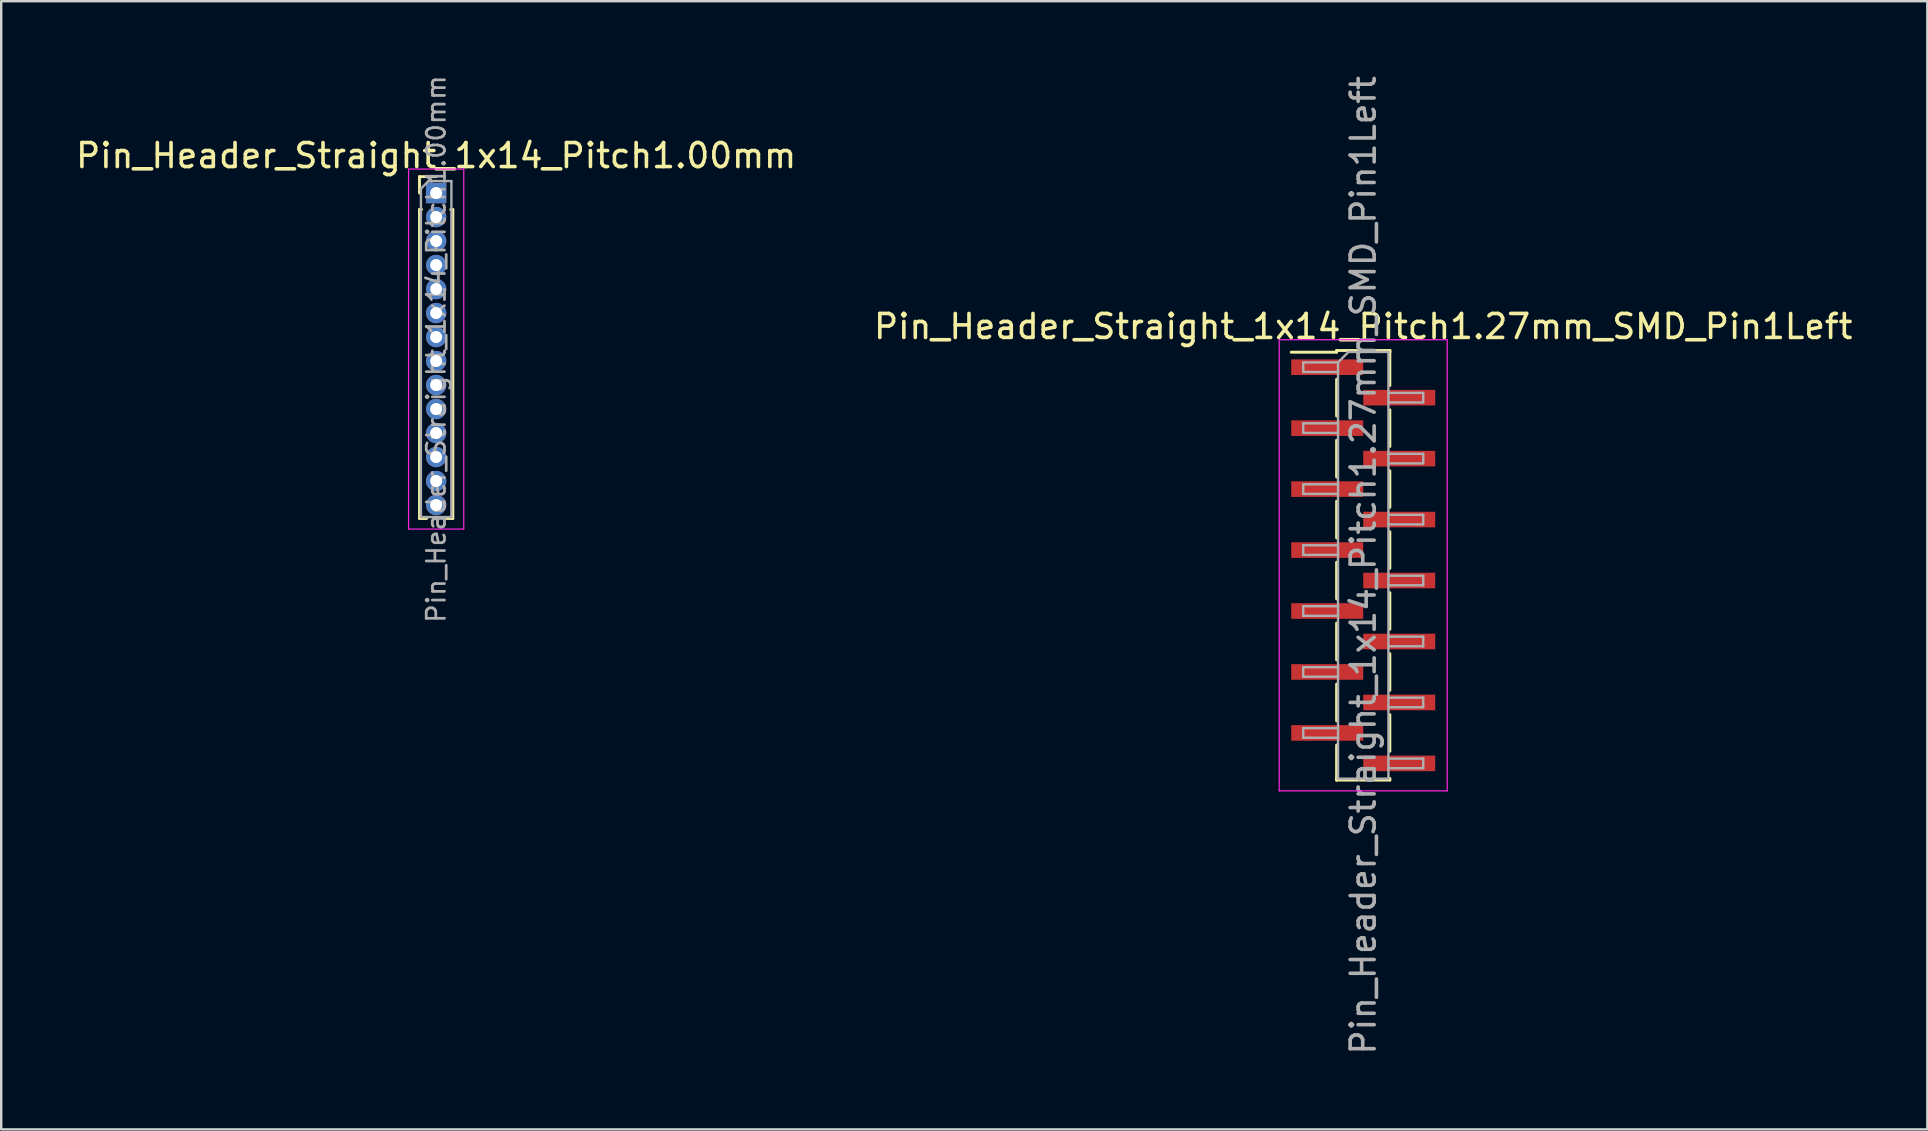
<source format=kicad_pcb>
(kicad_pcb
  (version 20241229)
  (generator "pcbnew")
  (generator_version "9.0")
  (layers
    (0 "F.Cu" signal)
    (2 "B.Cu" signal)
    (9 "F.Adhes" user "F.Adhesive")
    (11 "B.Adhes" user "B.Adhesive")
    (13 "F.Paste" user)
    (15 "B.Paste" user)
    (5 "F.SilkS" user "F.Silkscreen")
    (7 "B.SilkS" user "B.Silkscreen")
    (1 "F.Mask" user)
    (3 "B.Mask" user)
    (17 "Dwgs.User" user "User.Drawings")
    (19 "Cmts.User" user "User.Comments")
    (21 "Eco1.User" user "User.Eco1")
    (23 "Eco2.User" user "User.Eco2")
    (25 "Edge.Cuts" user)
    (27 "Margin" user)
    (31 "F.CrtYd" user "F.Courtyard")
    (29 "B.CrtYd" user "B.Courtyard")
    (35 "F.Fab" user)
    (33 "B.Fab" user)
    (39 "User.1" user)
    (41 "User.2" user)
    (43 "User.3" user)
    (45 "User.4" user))
  (footprint "Pin_Header_Straight_1x14_Pitch1.27mm_SMD_Pin1Left"
    (layer "F.Cu")
    (at 53.756 20.506)
    (property "Reference" "Pin_Header_Straight_1x14_Pitch1.27mm_SMD_Pin1Left" (at 0 -9.95 0) (layer "F.SilkS") (effects (font (size 1 1) (thickness 0.15))))
    (attr smd)
    (fp_line (start -1.11 -8.95) (end 1.11 -8.95) (stroke (width 0.12) (type solid)) (layer "F.SilkS"))
    (fp_line (start -1.11 -8.88) (end -3 -8.88) (stroke (width 0.12) (type solid)) (layer "F.SilkS"))
    (fp_line (start -1.11 -8.88) (end -1.11 -8.95) (stroke (width 0.12) (type solid)) (layer "F.SilkS"))
    (fp_line (start -1.11 -7.75) (end -1.11 -6.22) (stroke (width 0.12) (type solid)) (layer "F.SilkS"))
    (fp_line (start -1.11 -5.21) (end -1.11 -3.68) (stroke (width 0.12) (type solid)) (layer "F.SilkS"))
    (fp_line (start -1.11 -2.67) (end -1.11 -1.14) (stroke (width 0.12) (type solid)) (layer "F.SilkS"))
    (fp_line (start -1.11 -0.13) (end -1.11 1.4) (stroke (width 0.12) (type solid)) (layer "F.SilkS"))
    (fp_line (start -1.11 2.41) (end -1.11 3.94) (stroke (width 0.12) (type solid)) (layer "F.SilkS"))
    (fp_line (start -1.11 4.95) (end -1.11 6.48) (stroke (width 0.12) (type solid)) (layer "F.SilkS"))
    (fp_line (start -1.11 7.49) (end -1.11 8.95) (stroke (width 0.12) (type solid)) (layer "F.SilkS"))
    (fp_line (start -1.11 8.88) (end -1.11 8.95) (stroke (width 0.12) (type solid)) (layer "F.SilkS"))
    (fp_line (start -1.11 8.95) (end 1.11 8.95) (stroke (width 0.12) (type solid)) (layer "F.SilkS"))
    (fp_line (start 1.11 -8.95) (end 1.11 -8.88) (stroke (width 0.12) (type solid)) (layer "F.SilkS"))
    (fp_line (start 1.11 -8.95) (end 1.11 -7.49) (stroke (width 0.12) (type solid)) (layer "F.SilkS"))
    (fp_line (start 1.11 -6.48) (end 1.11 -4.95) (stroke (width 0.12) (type solid)) (layer "F.SilkS"))
    (fp_line (start 1.11 -3.94) (end 1.11 -2.41) (stroke (width 0.12) (type solid)) (layer "F.SilkS"))
    (fp_line (start 1.11 -1.4) (end 1.11 0.13) (stroke (width 0.12) (type solid)) (layer "F.SilkS"))
    (fp_line (start 1.11 1.14) (end 1.11 2.67) (stroke (width 0.12) (type solid)) (layer "F.SilkS"))
    (fp_line (start 1.11 3.68) (end 1.11 5.21) (stroke (width 0.12) (type solid)) (layer "F.SilkS"))
    (fp_line (start 1.11 6.22) (end 1.11 7.75) (stroke (width 0.12) (type solid)) (layer "F.SilkS"))
    (fp_line (start 1.11 8.95) (end 1.11 8.88) (stroke (width 0.12) (type solid)) (layer "F.SilkS"))
    (fp_line (start -3.5 -9.4) (end -3.5 9.4) (stroke (width 0.05) (type solid)) (layer "F.CrtYd"))
    (fp_line (start -3.5 9.4) (end 3.5 9.4) (stroke (width 0.05) (type solid)) (layer "F.CrtYd"))
    (fp_line (start 3.5 -9.4) (end -3.5 -9.4) (stroke (width 0.05) (type solid)) (layer "F.CrtYd"))
    (fp_line (start 3.5 9.4) (end 3.5 -9.4) (stroke (width 0.05) (type solid)) (layer "F.CrtYd"))
    (fp_line (start -2.5 -8.455) (end -2.5 -8.055) (stroke (width 0.1) (type solid)) (layer "F.Fab"))
    (fp_line (start -2.5 -8.055) (end -1.05 -8.055) (stroke (width 0.1) (type solid)) (layer "F.Fab"))
    (fp_line (start -2.5 -5.915) (end -2.5 -5.515) (stroke (width 0.1) (type solid)) (layer "F.Fab"))
    (fp_line (start -2.5 -5.515) (end -1.05 -5.515) (stroke (width 0.1) (type solid)) (layer "F.Fab"))
    (fp_line (start -2.5 -3.375) (end -2.5 -2.975) (stroke (width 0.1) (type solid)) (layer "F.Fab"))
    (fp_line (start -2.5 -2.975) (end -1.05 -2.975) (stroke (width 0.1) (type solid)) (layer "F.Fab"))
    (fp_line (start -2.5 -0.835) (end -2.5 -0.435) (stroke (width 0.1) (type solid)) (layer "F.Fab"))
    (fp_line (start -2.5 -0.435) (end -1.05 -0.435) (stroke (width 0.1) (type solid)) (layer "F.Fab"))
    (fp_line (start -2.5 1.705) (end -2.5 2.105) (stroke (width 0.1) (type solid)) (layer "F.Fab"))
    (fp_line (start -2.5 2.105) (end -1.05 2.105) (stroke (width 0.1) (type solid)) (layer "F.Fab"))
    (fp_line (start -2.5 4.245) (end -2.5 4.645) (stroke (width 0.1) (type solid)) (layer "F.Fab"))
    (fp_line (start -2.5 4.645) (end -1.05 4.645) (stroke (width 0.1) (type solid)) (layer "F.Fab"))
    (fp_line (start -2.5 6.785) (end -2.5 7.185) (stroke (width 0.1) (type solid)) (layer "F.Fab"))
    (fp_line (start -2.5 7.185) (end -1.05 7.185) (stroke (width 0.1) (type solid)) (layer "F.Fab"))
    (fp_line (start -1.05 -8.455) (end -2.5 -8.455) (stroke (width 0.1) (type solid)) (layer "F.Fab"))
    (fp_line (start -1.05 -8.455) (end -0.615 -8.89) (stroke (width 0.1) (type solid)) (layer "F.Fab"))
    (fp_line (start -1.05 -5.915) (end -2.5 -5.915) (stroke (width 0.1) (type solid)) (layer "F.Fab"))
    (fp_line (start -1.05 -3.375) (end -2.5 -3.375) (stroke (width 0.1) (type solid)) (layer "F.Fab"))
    (fp_line (start -1.05 -0.835) (end -2.5 -0.835) (stroke (width 0.1) (type solid)) (layer "F.Fab"))
    (fp_line (start -1.05 1.705) (end -2.5 1.705) (stroke (width 0.1) (type solid)) (layer "F.Fab"))
    (fp_line (start -1.05 4.245) (end -2.5 4.245) (stroke (width 0.1) (type solid)) (layer "F.Fab"))
    (fp_line (start -1.05 6.785) (end -2.5 6.785) (stroke (width 0.1) (type solid)) (layer "F.Fab"))
    (fp_line (start -1.05 8.89) (end -1.05 -8.455) (stroke (width 0.1) (type solid)) (layer "F.Fab"))
    (fp_line (start -0.615 -8.89) (end 1.05 -8.89) (stroke (width 0.1) (type solid)) (layer "F.Fab"))
    (fp_line (start 1.05 -8.89) (end 1.05 8.89) (stroke (width 0.1) (type solid)) (layer "F.Fab"))
    (fp_line (start 1.05 -7.185) (end 2.5 -7.185) (stroke (width 0.1) (type solid)) (layer "F.Fab"))
    (fp_line (start 1.05 -4.645) (end 2.5 -4.645) (stroke (width 0.1) (type solid)) (layer "F.Fab"))
    (fp_line (start 1.05 -2.105) (end 2.5 -2.105) (stroke (width 0.1) (type solid)) (layer "F.Fab"))
    (fp_line (start 1.05 0.435) (end 2.5 0.435) (stroke (width 0.1) (type solid)) (layer "F.Fab"))
    (fp_line (start 1.05 2.975) (end 2.5 2.975) (stroke (width 0.1) (type solid)) (layer "F.Fab"))
    (fp_line (start 1.05 5.515) (end 2.5 5.515) (stroke (width 0.1) (type solid)) (layer "F.Fab"))
    (fp_line (start 1.05 8.055) (end 2.5 8.055) (stroke (width 0.1) (type solid)) (layer "F.Fab"))
    (fp_line (start 1.05 8.89) (end -1.05 8.89) (stroke (width 0.1) (type solid)) (layer "F.Fab"))
    (fp_line (start 2.5 -7.185) (end 2.5 -6.785) (stroke (width 0.1) (type solid)) (layer "F.Fab"))
    (fp_line (start 2.5 -6.785) (end 1.05 -6.785) (stroke (width 0.1) (type solid)) (layer "F.Fab"))
    (fp_line (start 2.5 -4.645) (end 2.5 -4.245) (stroke (width 0.1) (type solid)) (layer "F.Fab"))
    (fp_line (start 2.5 -4.245) (end 1.05 -4.245) (stroke (width 0.1) (type solid)) (layer "F.Fab"))
    (fp_line (start 2.5 -2.105) (end 2.5 -1.705) (stroke (width 0.1) (type solid)) (layer "F.Fab"))
    (fp_line (start 2.5 -1.705) (end 1.05 -1.705) (stroke (width 0.1) (type solid)) (layer "F.Fab"))
    (fp_line (start 2.5 0.435) (end 2.5 0.835) (stroke (width 0.1) (type solid)) (layer "F.Fab"))
    (fp_line (start 2.5 0.835) (end 1.05 0.835) (stroke (width 0.1) (type solid)) (layer "F.Fab"))
    (fp_line (start 2.5 2.975) (end 2.5 3.375) (stroke (width 0.1) (type solid)) (layer "F.Fab"))
    (fp_line (start 2.5 3.375) (end 1.05 3.375) (stroke (width 0.1) (type solid)) (layer "F.Fab"))
    (fp_line (start 2.5 5.515) (end 2.5 5.915) (stroke (width 0.1) (type solid)) (layer "F.Fab"))
    (fp_line (start 2.5 5.915) (end 1.05 5.915) (stroke (width 0.1) (type solid)) (layer "F.Fab"))
    (fp_line (start 2.5 8.055) (end 2.5 8.455) (stroke (width 0.1) (type solid)) (layer "F.Fab"))
    (fp_line (start 2.5 8.455) (end 1.05 8.455) (stroke (width 0.1) (type solid)) (layer "F.Fab"))
    (fp_text user "${REFERENCE}" (at 0 0 90) (layer "F.Fab") (effects (font (size 1 1) (thickness 0.15))))
    (pad "1" smd rect (at -1.5 -8.255) (size 3 0.65) (layers "F.Cu" "F.Mask" "F.Paste"))
    (pad "2" smd rect (at 1.5 -6.985) (size 3 0.65) (layers "F.Cu" "F.Mask" "F.Paste"))
    (pad "3" smd rect (at -1.5 -5.715) (size 3 0.65) (layers "F.Cu" "F.Mask" "F.Paste"))
    (pad "4" smd rect (at 1.5 -4.445) (size 3 0.65) (layers "F.Cu" "F.Mask" "F.Paste"))
    (pad "5" smd rect (at -1.5 -3.175) (size 3 0.65) (layers "F.Cu" "F.Mask" "F.Paste"))
    (pad "6" smd rect (at 1.5 -1.905) (size 3 0.65) (layers "F.Cu" "F.Mask" "F.Paste"))
    (pad "7" smd rect (at -1.5 -0.635) (size 3 0.65) (layers "F.Cu" "F.Mask" "F.Paste"))
    (pad "8" smd rect (at 1.5 0.635) (size 3 0.65) (layers "F.Cu" "F.Mask" "F.Paste"))
    (pad "9" smd rect (at -1.5 1.905) (size 3 0.65) (layers "F.Cu" "F.Mask" "F.Paste"))
    (pad "10" smd rect (at 1.5 3.175) (size 3 0.65) (layers "F.Cu" "F.Mask" "F.Paste"))
    (pad "11" smd rect (at -1.5 4.445) (size 3 0.65) (layers "F.Cu" "F.Mask" "F.Paste"))
    (pad "12" smd rect (at 1.5 5.715) (size 3 0.65) (layers "F.Cu" "F.Mask" "F.Paste"))
    (pad "13" smd rect (at -1.5 6.985) (size 3 0.65) (layers "F.Cu" "F.Mask" "F.Paste"))
    (pad "14" smd rect (at 1.5 8.255) (size 3 0.65) (layers "F.Cu" "F.Mask" "F.Paste")))
  (footprint "Pin_Header_Straight_1x14_Pitch1.00mm"
    (layer "F.Cu")
    (at 15.125 4.995)
    (property "Reference" "Pin_Header_Straight_1x14_Pitch1.00mm" (at 0 -1.56 0) (layer "F.SilkS") (effects (font (size 1 1) (thickness 0.15))))
    (attr through_hole)
    (fp_line (start -0.695 -0.685) (end 0 -0.685) (stroke (width 0.12) (type solid)) (layer "F.SilkS"))
    (fp_line (start -0.695 0) (end -0.695 -0.685) (stroke (width 0.12) (type solid)) (layer "F.SilkS"))
    (fp_line (start -0.695 0.685) (end -0.695 13.56) (stroke (width 0.12) (type solid)) (layer "F.SilkS"))
    (fp_line (start -0.695 0.685) (end -0.608 0.685) (stroke (width 0.12) (type solid)) (layer "F.SilkS"))
    (fp_line (start -0.695 13.56) (end -0.394 13.56) (stroke (width 0.12) (type solid)) (layer "F.SilkS"))
    (fp_line (start 0.394 13.56) (end 0.695 13.56) (stroke (width 0.12) (type solid)) (layer "F.SilkS"))
    (fp_line (start 0.608 0.685) (end 0.695 0.685) (stroke (width 0.12) (type solid)) (layer "F.SilkS"))
    (fp_line (start 0.695 0.685) (end 0.695 13.56) (stroke (width 0.12) (type solid)) (layer "F.SilkS"))
    (fp_line (start -1.15 -1) (end -1.15 14) (stroke (width 0.05) (type solid)) (layer "F.CrtYd"))
    (fp_line (start -1.15 14) (end 1.15 14) (stroke (width 0.05) (type solid)) (layer "F.CrtYd"))
    (fp_line (start 1.15 -1) (end -1.15 -1) (stroke (width 0.05) (type solid)) (layer "F.CrtYd"))
    (fp_line (start 1.15 14) (end 1.15 -1) (stroke (width 0.05) (type solid)) (layer "F.CrtYd"))
    (fp_line (start -0.635 -0.182) (end -0.318 -0.5) (stroke (width 0.1) (type solid)) (layer "F.Fab"))
    (fp_line (start -0.635 13.5) (end -0.635 -0.182) (stroke (width 0.1) (type solid)) (layer "F.Fab"))
    (fp_line (start -0.318 -0.5) (end 0.635 -0.5) (stroke (width 0.1) (type solid)) (layer "F.Fab"))
    (fp_line (start 0.635 -0.5) (end 0.635 13.5) (stroke (width 0.1) (type solid)) (layer "F.Fab"))
    (fp_line (start 0.635 13.5) (end -0.635 13.5) (stroke (width 0.1) (type solid)) (layer "F.Fab"))
    (fp_text user "${REFERENCE}" (at 0 6.5 90) (layer "F.Fab") (effects (font (size 0.76 0.76) (thickness 0.114))))
    (pad "1" thru_hole rect (at 0 0) (size 0.85 0.85) (drill 0.5) (layers "*.Cu" "*.Mask"))
    (pad "2" thru_hole oval (at 0 1) (size 0.85 0.85) (drill 0.5) (layers "*.Cu" "*.Mask"))
    (pad "3" thru_hole oval (at 0 2) (size 0.85 0.85) (drill 0.5) (layers "*.Cu" "*.Mask"))
    (pad "4" thru_hole oval (at 0 3) (size 0.85 0.85) (drill 0.5) (layers "*.Cu" "*.Mask"))
    (pad "5" thru_hole oval (at 0 4) (size 0.85 0.85) (drill 0.5) (layers "*.Cu" "*.Mask"))
    (pad "6" thru_hole oval (at 0 5) (size 0.85 0.85) (drill 0.5) (layers "*.Cu" "*.Mask"))
    (pad "7" thru_hole oval (at 0 6) (size 0.85 0.85) (drill 0.5) (layers "*.Cu" "*.Mask"))
    (pad "8" thru_hole oval (at 0 7) (size 0.85 0.85) (drill 0.5) (layers "*.Cu" "*.Mask"))
    (pad "9" thru_hole oval (at 0 8) (size 0.85 0.85) (drill 0.5) (layers "*.Cu" "*.Mask"))
    (pad "10" thru_hole oval (at 0 9) (size 0.85 0.85) (drill 0.5) (layers "*.Cu" "*.Mask"))
    (pad "11" thru_hole oval (at 0 10) (size 0.85 0.85) (drill 0.5) (layers "*.Cu" "*.Mask"))
    (pad "12" thru_hole oval (at 0 11) (size 0.85 0.85) (drill 0.5) (layers "*.Cu" "*.Mask"))
    (pad "13" thru_hole oval (at 0 12) (size 0.85 0.85) (drill 0.5) (layers "*.Cu" "*.Mask"))
    (pad "14" thru_hole oval (at 0 13) (size 0.85 0.85) (drill 0.5) (layers "*.Cu" "*.Mask")))
  (gr_rect
    (start -3 -3)
    (end 77.262 44.012)
    (stroke (width 0.1) (type default))
    (fill no)
    (layer "Edge.Cuts")))
</source>
